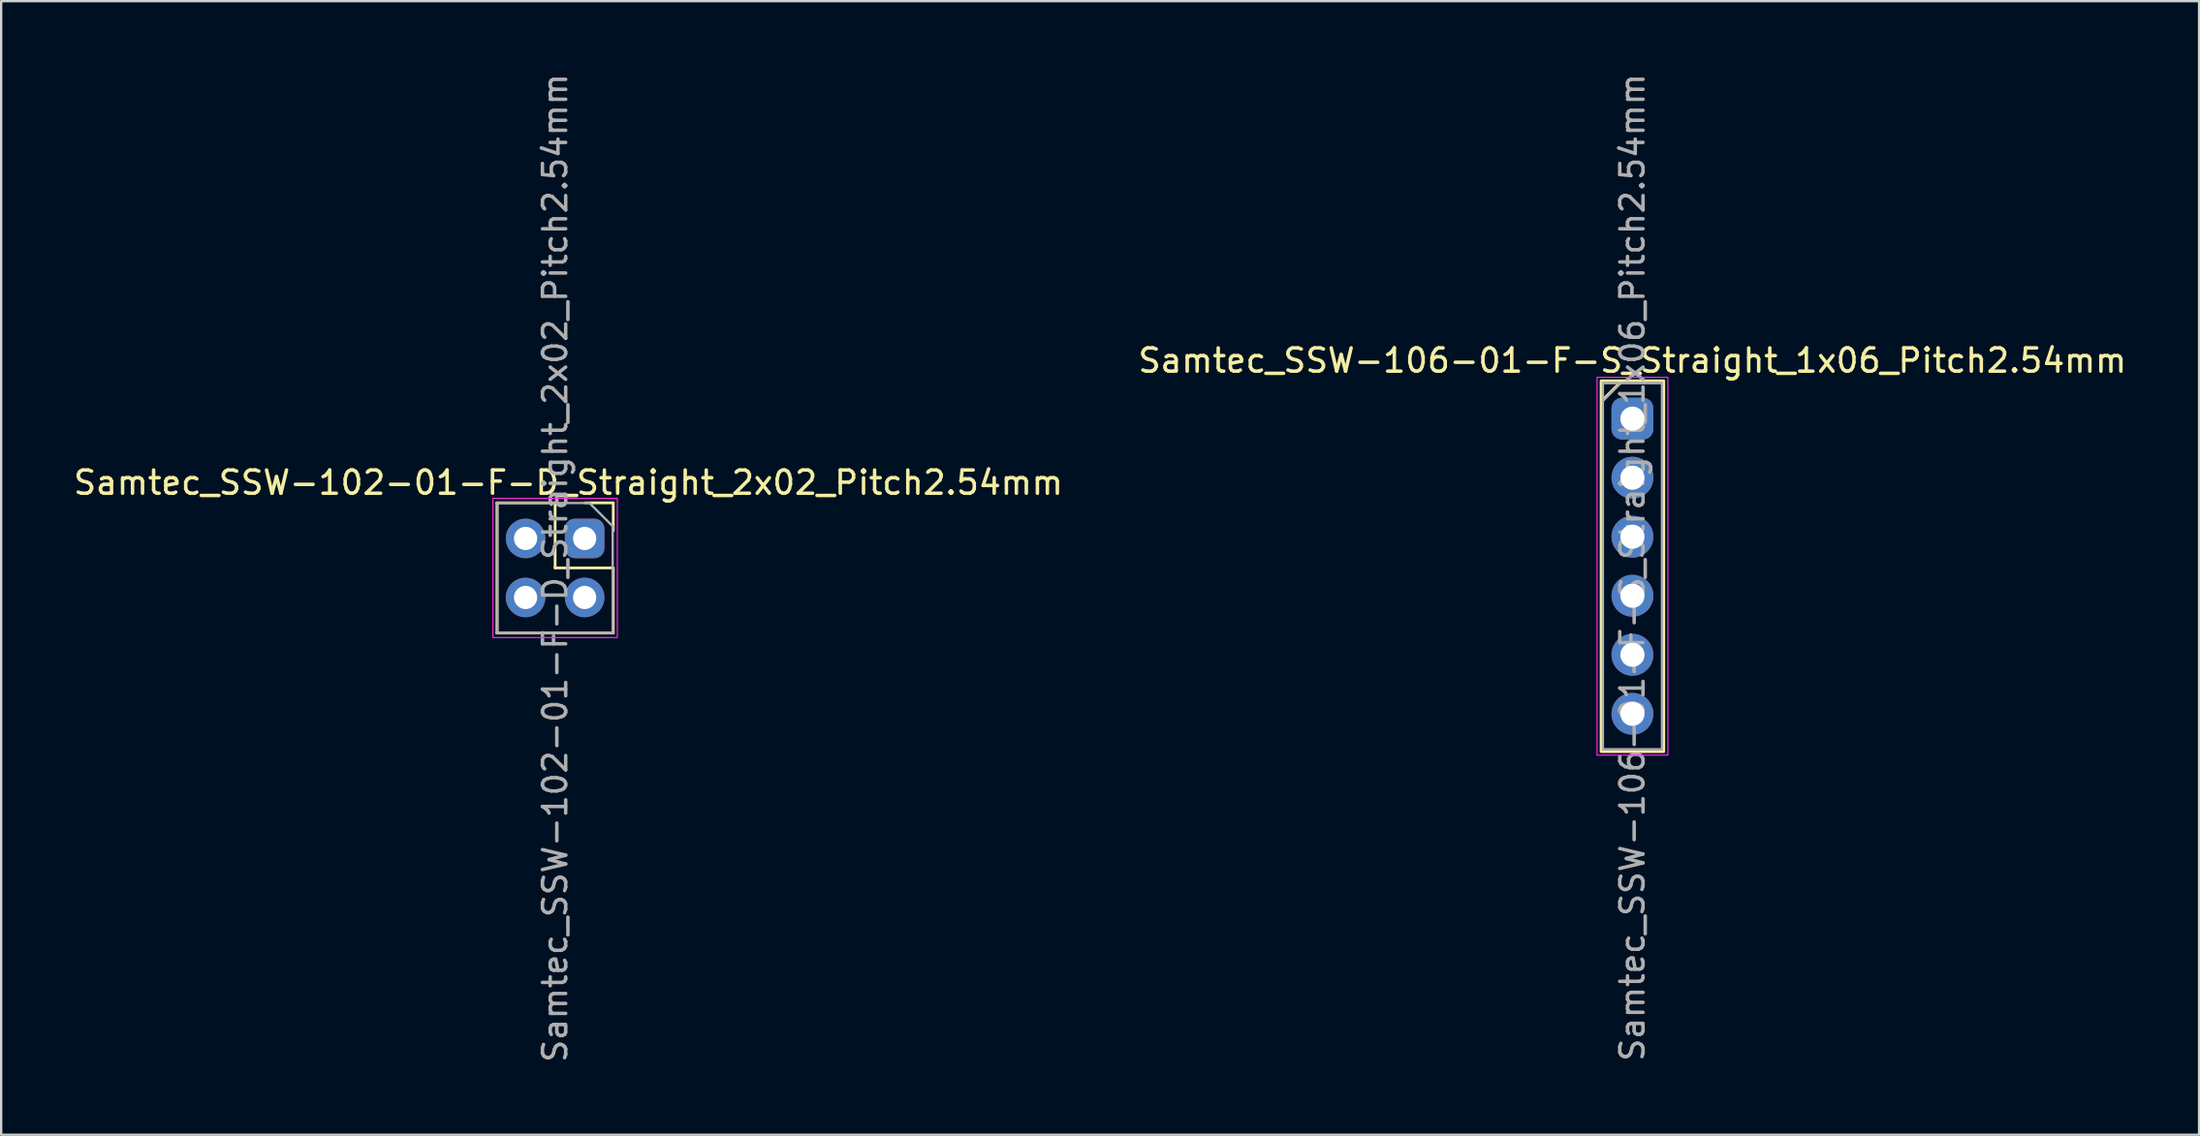
<source format=kicad_pcb>
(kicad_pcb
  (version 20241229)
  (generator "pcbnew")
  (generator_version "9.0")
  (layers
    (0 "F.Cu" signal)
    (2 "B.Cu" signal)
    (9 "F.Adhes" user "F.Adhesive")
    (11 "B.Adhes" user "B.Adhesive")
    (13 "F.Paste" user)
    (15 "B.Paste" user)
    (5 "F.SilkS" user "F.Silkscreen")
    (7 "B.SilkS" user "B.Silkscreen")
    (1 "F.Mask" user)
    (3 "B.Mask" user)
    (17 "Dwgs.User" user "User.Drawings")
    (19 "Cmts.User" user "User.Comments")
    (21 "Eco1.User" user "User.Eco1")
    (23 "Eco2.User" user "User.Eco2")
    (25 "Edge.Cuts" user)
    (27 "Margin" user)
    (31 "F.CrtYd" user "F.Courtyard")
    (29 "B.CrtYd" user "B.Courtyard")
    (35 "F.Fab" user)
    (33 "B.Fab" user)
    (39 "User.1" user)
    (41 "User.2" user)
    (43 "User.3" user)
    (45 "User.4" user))
  (footprint "Samtec_SSW-106-01-F-S_Straight_1x06_Pitch2.54mm"
    (layer "F.Cu")
    (at 67.137 14.963)
    (property "Reference" "Samtec_SSW-106-01-F-S_Straight_1x06_Pitch2.54mm" (at 0 -2.5 0) (unlocked yes) (layer "F.SilkS") (effects (font (size 1 1) (thickness 0.15))))
    (attr through_hole)
    (fp_line (start -1.321 -0.762) (end -0.457 -1.626) (stroke (width 0.12) (type default)) (layer "F.SilkS"))
    (fp_rect (start -1.346 14.326) (end 1.346 -1.626) (stroke (width 0.12) (type default)) (fill no) (layer "F.SilkS"))
    (fp_rect (start -1.524 14.478) (end 1.524 -1.778) (stroke (width 0.05) (type default)) (fill no) (layer "F.CrtYd"))
    (fp_line (start -1.27 -0.762) (end -0.508 -1.524) (stroke (width 0.1) (type default)) (layer "F.Fab"))
    (fp_rect (start -1.27 -1.525) (end 1.27 14.225) (stroke (width 0.1) (type default)) (fill no) (layer "F.Fab"))
    (fp_text user "${REFERENCE}" (at 0 6.4 90) (unlocked yes) (layer "F.Fab") (effects (font (size 1 1) (thickness 0.15))))
    (pad "1" thru_hole roundrect (at 0 0) (size 1.8 1.8) (drill 1.04) (layers "*.Cu" "*.Mask") (roundrect_rratio 0.25))
    (pad "2" thru_hole circle (at 0 2.54) (size 1.8 1.8) (drill 1.04) (layers "*.Cu" "*.Mask"))
    (pad "3" thru_hole circle (at 0 5.08) (size 1.8 1.8) (drill 1.04) (layers "*.Cu" "*.Mask"))
    (pad "4" thru_hole circle (at 0 7.62) (size 1.8 1.8) (drill 1.04) (layers "*.Cu" "*.Mask"))
    (pad "5" thru_hole circle (at 0 10.16) (size 1.8 1.8) (drill 1.04) (layers "*.Cu" "*.Mask"))
    (pad "6" thru_hole circle (at 0 12.7) (size 1.8 1.8) (drill 1.04) (layers "*.Cu" "*.Mask")))
  (footprint "Samtec_SSW-102-01-F-D_Straight_2x02_Pitch2.54mm"
    (layer "F.Cu")
    (at 22.087 20.117)
    (property "Reference" "Samtec_SSW-102-01-F-D_Straight_2x02_Pitch2.54mm" (at -0.7 -2.4 0) (unlocked yes) (layer "F.SilkS") (effects (font (size 1 1) (thickness 0.15))))
    (attr through_hole)
    (fp_line (start -3.77 -1.53) (end -3.77 4.07) (stroke (width 0.12) (type default)) (layer "F.SilkS"))
    (fp_line (start -3.77 4.07) (end 1.23 4.07) (stroke (width 0.12) (type default)) (layer "F.SilkS"))
    (fp_line (start -1.27 -1.53) (end -3.77 -1.53) (stroke (width 0.12) (type default)) (layer "F.SilkS"))
    (fp_line (start -1.27 1.27) (end -1.27 -1.53) (stroke (width 0.12) (type default)) (layer "F.SilkS"))
    (fp_line (start 0.03 -1.53) (end 1.23 -1.53) (stroke (width 0.12) (type default)) (layer "F.SilkS"))
    (fp_line (start 1.23 -1.53) (end 1.23 -0.33) (stroke (width 0.12) (type default)) (layer "F.SilkS"))
    (fp_line (start 1.23 1.27) (end -1.27 1.27) (stroke (width 0.12) (type default)) (layer "F.SilkS"))
    (fp_line (start 1.23 4.07) (end 1.23 1.27) (stroke (width 0.12) (type default)) (layer "F.SilkS"))
    (fp_rect (start -3.945 -1.725) (end 1.405 4.265) (stroke (width 0.05) (type default)) (fill no) (layer "F.CrtYd"))
    (fp_line (start -3.745 -1.525) (end -3.745 4.065) (stroke (width 0.1) (type default)) (layer "F.Fab"))
    (fp_line (start -3.745 -1.525) (end 0.205 -1.525) (stroke (width 0.1) (type default)) (layer "F.Fab"))
    (fp_line (start -3.745 4.065) (end 1.205 4.065) (stroke (width 0.1) (type default)) (layer "F.Fab"))
    (fp_line (start 1.205 -0.525) (end 0.205 -1.525) (stroke (width 0.1) (type default)) (layer "F.Fab"))
    (fp_line (start 1.205 4.065) (end 1.205 -0.525) (stroke (width 0.1) (type default)) (layer "F.Fab"))
    (fp_text user "${REFERENCE}" (at -1.27 1.27 90) (unlocked yes) (layer "F.Fab") (effects (font (size 1 1) (thickness 0.15))))
    (pad "1" thru_hole roundrect (at 0 0) (size 1.7 1.7) (drill 1) (layers "*.Cu" "*.Mask") (roundrect_rratio 0.25))
    (pad "2" thru_hole circle (at -2.54 0) (size 1.7 1.7) (drill 1) (layers "*.Cu" "*.Mask"))
    (pad "3" thru_hole circle (at 0 2.54) (size 1.7 1.7) (drill 1) (layers "*.Cu" "*.Mask"))
    (pad "4" thru_hole circle (at -2.54 2.54) (size 1.7 1.7) (drill 1) (layers "*.Cu" "*.Mask")))
  (gr_rect
    (start -3 -3)
    (end 91.5 45.774)
    (stroke (width 0.1) (type default))
    (fill no)
    (layer "Edge.Cuts")))
</source>
